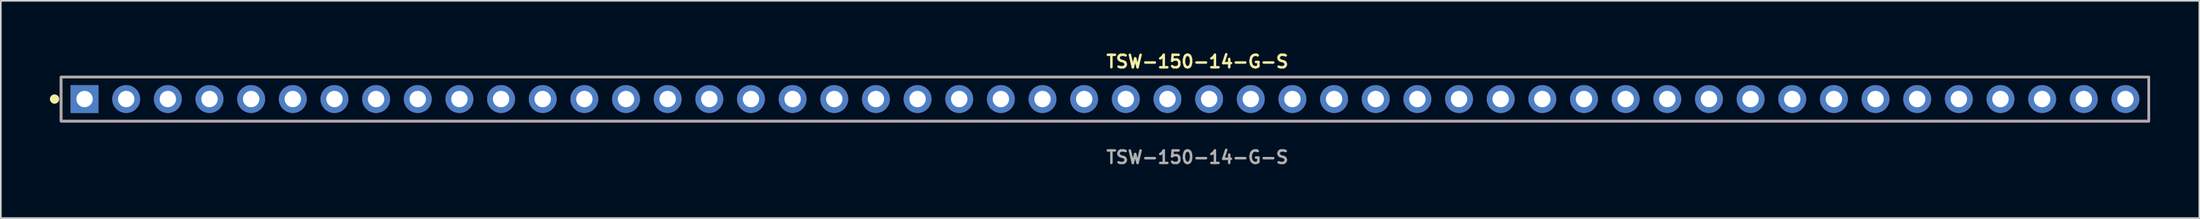
<source format=kicad_pcb>
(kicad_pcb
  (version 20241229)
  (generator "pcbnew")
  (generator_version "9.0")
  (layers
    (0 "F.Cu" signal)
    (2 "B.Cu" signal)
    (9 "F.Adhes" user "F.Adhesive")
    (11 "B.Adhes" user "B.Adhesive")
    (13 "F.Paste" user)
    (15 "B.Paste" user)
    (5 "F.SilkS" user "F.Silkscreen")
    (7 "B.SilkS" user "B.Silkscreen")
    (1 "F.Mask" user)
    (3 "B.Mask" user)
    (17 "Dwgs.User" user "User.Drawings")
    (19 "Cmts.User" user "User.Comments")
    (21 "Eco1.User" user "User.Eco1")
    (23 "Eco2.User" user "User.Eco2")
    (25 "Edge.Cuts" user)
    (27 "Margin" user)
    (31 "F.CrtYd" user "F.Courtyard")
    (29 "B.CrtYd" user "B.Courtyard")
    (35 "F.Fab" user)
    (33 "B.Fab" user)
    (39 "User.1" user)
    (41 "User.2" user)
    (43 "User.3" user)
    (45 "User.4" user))
  (footprint "TSW-150-14-G-S"
    (layer "F.Cu")
    (at 64.336 2.999)
    (property "Reference" "TSW-150-14-G-S" (at 0 -2.286 0) (unlocked yes) (layer "F.SilkS") (effects (font (size 0.762 0.762) (thickness 0.152)) (justify left)))
    (fp_rect (start -63.66 1.35) (end 63.66 -1.35) (stroke (width 0.152) (type solid)) (fill no) (layer "F.SilkS"))
    (fp_circle (center -64.06 0) (end -64.26 0) (stroke (width 0.152) (type solid)) (fill yes) (layer "F.SilkS"))
    (fp_circle (center -64.06 0) (end -64.26 0) (stroke (width 0.152) (type solid)) (fill yes) (layer "F.SilkS"))
    (fp_rect (start -63.66 1.35) (end 63.66 -1.35) (stroke (width 0.006) (type solid)) (fill no) (layer "F.CrtYd"))
    (fp_rect (start -63.66 1.35) (end 63.66 -1.35) (stroke (width 0.152) (type solid)) (fill no) (layer "F.Fab"))
    (fp_text user "${REFERENCE}" (at 0 3.556 0) (unlocked yes) (layer "F.Fab") (effects (font (size 0.762 0.762) (thickness 0.152)) (justify left)))
    (pad "1" thru_hole rect (at -62.23 0) (size 1.7 1.7) (drill 1) (layers "*.Cu" "*.Mask"))
    (pad "2" thru_hole circle (at -59.69 0) (size 1.7 1.7) (drill 1) (layers "*.Cu" "*.Mask"))
    (pad "3" thru_hole circle (at -57.15 0) (size 1.7 1.7) (drill 1) (layers "*.Cu" "*.Mask"))
    (pad "4" thru_hole circle (at -54.61 0) (size 1.7 1.7) (drill 1) (layers "*.Cu" "*.Mask"))
    (pad "5" thru_hole circle (at -52.07 0) (size 1.7 1.7) (drill 1) (layers "*.Cu" "*.Mask"))
    (pad "6" thru_hole circle (at -49.53 0) (size 1.7 1.7) (drill 1) (layers "*.Cu" "*.Mask"))
    (pad "7" thru_hole circle (at -46.99 0) (size 1.7 1.7) (drill 1) (layers "*.Cu" "*.Mask"))
    (pad "8" thru_hole circle (at -44.45 0) (size 1.7 1.7) (drill 1) (layers "*.Cu" "*.Mask"))
    (pad "9" thru_hole circle (at -41.91 0) (size 1.7 1.7) (drill 1) (layers "*.Cu" "*.Mask"))
    (pad "10" thru_hole circle (at -39.37 0) (size 1.7 1.7) (drill 1) (layers "*.Cu" "*.Mask"))
    (pad "11" thru_hole circle (at -36.83 0) (size 1.7 1.7) (drill 1) (layers "*.Cu" "*.Mask"))
    (pad "12" thru_hole circle (at -34.29 0) (size 1.7 1.7) (drill 1) (layers "*.Cu" "*.Mask"))
    (pad "13" thru_hole circle (at -31.75 0) (size 1.7 1.7) (drill 1) (layers "*.Cu" "*.Mask"))
    (pad "14" thru_hole circle (at -29.21 0) (size 1.7 1.7) (drill 1) (layers "*.Cu" "*.Mask"))
    (pad "15" thru_hole circle (at -26.67 0) (size 1.7 1.7) (drill 1) (layers "*.Cu" "*.Mask"))
    (pad "16" thru_hole circle (at -24.13 0) (size 1.7 1.7) (drill 1) (layers "*.Cu" "*.Mask"))
    (pad "17" thru_hole circle (at -21.59 0) (size 1.7 1.7) (drill 1) (layers "*.Cu" "*.Mask"))
    (pad "18" thru_hole circle (at -19.05 0) (size 1.7 1.7) (drill 1) (layers "*.Cu" "*.Mask"))
    (pad "19" thru_hole circle (at -16.51 0) (size 1.7 1.7) (drill 1) (layers "*.Cu" "*.Mask"))
    (pad "20" thru_hole circle (at -13.97 0) (size 1.7 1.7) (drill 1) (layers "*.Cu" "*.Mask"))
    (pad "21" thru_hole circle (at -11.43 0) (size 1.7 1.7) (drill 1) (layers "*.Cu" "*.Mask"))
    (pad "22" thru_hole circle (at -8.89 0) (size 1.7 1.7) (drill 1) (layers "*.Cu" "*.Mask"))
    (pad "23" thru_hole circle (at -6.35 0) (size 1.7 1.7) (drill 1) (layers "*.Cu" "*.Mask"))
    (pad "24" thru_hole circle (at -3.81 0) (size 1.7 1.7) (drill 1) (layers "*.Cu" "*.Mask"))
    (pad "25" thru_hole circle (at -1.27 0) (size 1.7 1.7) (drill 1) (layers "*.Cu" "*.Mask"))
    (pad "26" thru_hole circle (at 1.27 0) (size 1.7 1.7) (drill 1) (layers "*.Cu" "*.Mask"))
    (pad "27" thru_hole circle (at 3.81 0) (size 1.7 1.7) (drill 1) (layers "*.Cu" "*.Mask"))
    (pad "28" thru_hole circle (at 6.35 0) (size 1.7 1.7) (drill 1) (layers "*.Cu" "*.Mask"))
    (pad "29" thru_hole circle (at 8.89 0) (size 1.7 1.7) (drill 1) (layers "*.Cu" "*.Mask"))
    (pad "30" thru_hole circle (at 11.43 0) (size 1.7 1.7) (drill 1) (layers "*.Cu" "*.Mask"))
    (pad "31" thru_hole circle (at 13.97 0) (size 1.7 1.7) (drill 1) (layers "*.Cu" "*.Mask"))
    (pad "32" thru_hole circle (at 16.51 0) (size 1.7 1.7) (drill 1) (layers "*.Cu" "*.Mask"))
    (pad "33" thru_hole circle (at 19.05 0) (size 1.7 1.7) (drill 1) (layers "*.Cu" "*.Mask"))
    (pad "34" thru_hole circle (at 21.59 0) (size 1.7 1.7) (drill 1) (layers "*.Cu" "*.Mask"))
    (pad "35" thru_hole circle (at 24.13 0) (size 1.7 1.7) (drill 1) (layers "*.Cu" "*.Mask"))
    (pad "36" thru_hole circle (at 26.67 0) (size 1.7 1.7) (drill 1) (layers "*.Cu" "*.Mask"))
    (pad "37" thru_hole circle (at 29.21 0) (size 1.7 1.7) (drill 1) (layers "*.Cu" "*.Mask"))
    (pad "38" thru_hole circle (at 31.75 0) (size 1.7 1.7) (drill 1) (layers "*.Cu" "*.Mask"))
    (pad "39" thru_hole circle (at 34.29 0) (size 1.7 1.7) (drill 1) (layers "*.Cu" "*.Mask"))
    (pad "40" thru_hole circle (at 36.83 0) (size 1.7 1.7) (drill 1) (layers "*.Cu" "*.Mask"))
    (pad "41" thru_hole circle (at 39.37 0) (size 1.7 1.7) (drill 1) (layers "*.Cu" "*.Mask"))
    (pad "42" thru_hole circle (at 41.91 0) (size 1.7 1.7) (drill 1) (layers "*.Cu" "*.Mask"))
    (pad "43" thru_hole circle (at 44.45 0) (size 1.7 1.7) (drill 1) (layers "*.Cu" "*.Mask"))
    (pad "44" thru_hole circle (at 46.99 0) (size 1.7 1.7) (drill 1) (layers "*.Cu" "*.Mask"))
    (pad "45" thru_hole circle (at 49.53 0) (size 1.7 1.7) (drill 1) (layers "*.Cu" "*.Mask"))
    (pad "46" thru_hole circle (at 52.07 0) (size 1.7 1.7) (drill 1) (layers "*.Cu" "*.Mask"))
    (pad "47" thru_hole circle (at 54.61 0) (size 1.7 1.7) (drill 1) (layers "*.Cu" "*.Mask"))
    (pad "48" thru_hole circle (at 57.15 0) (size 1.7 1.7) (drill 1) (layers "*.Cu" "*.Mask"))
    (pad "49" thru_hole circle (at 59.69 0) (size 1.7 1.7) (drill 1) (layers "*.Cu" "*.Mask"))
    (pad "50" thru_hole circle (at 62.23 0) (size 1.7 1.7) (drill 1) (layers "*.Cu" "*.Mask")))
  (gr_rect
    (start -3 -3)
    (end 131.072 10.268)
    (stroke (width 0.1) (type default))
    (fill no)
    (layer "Edge.Cuts")))
</source>
